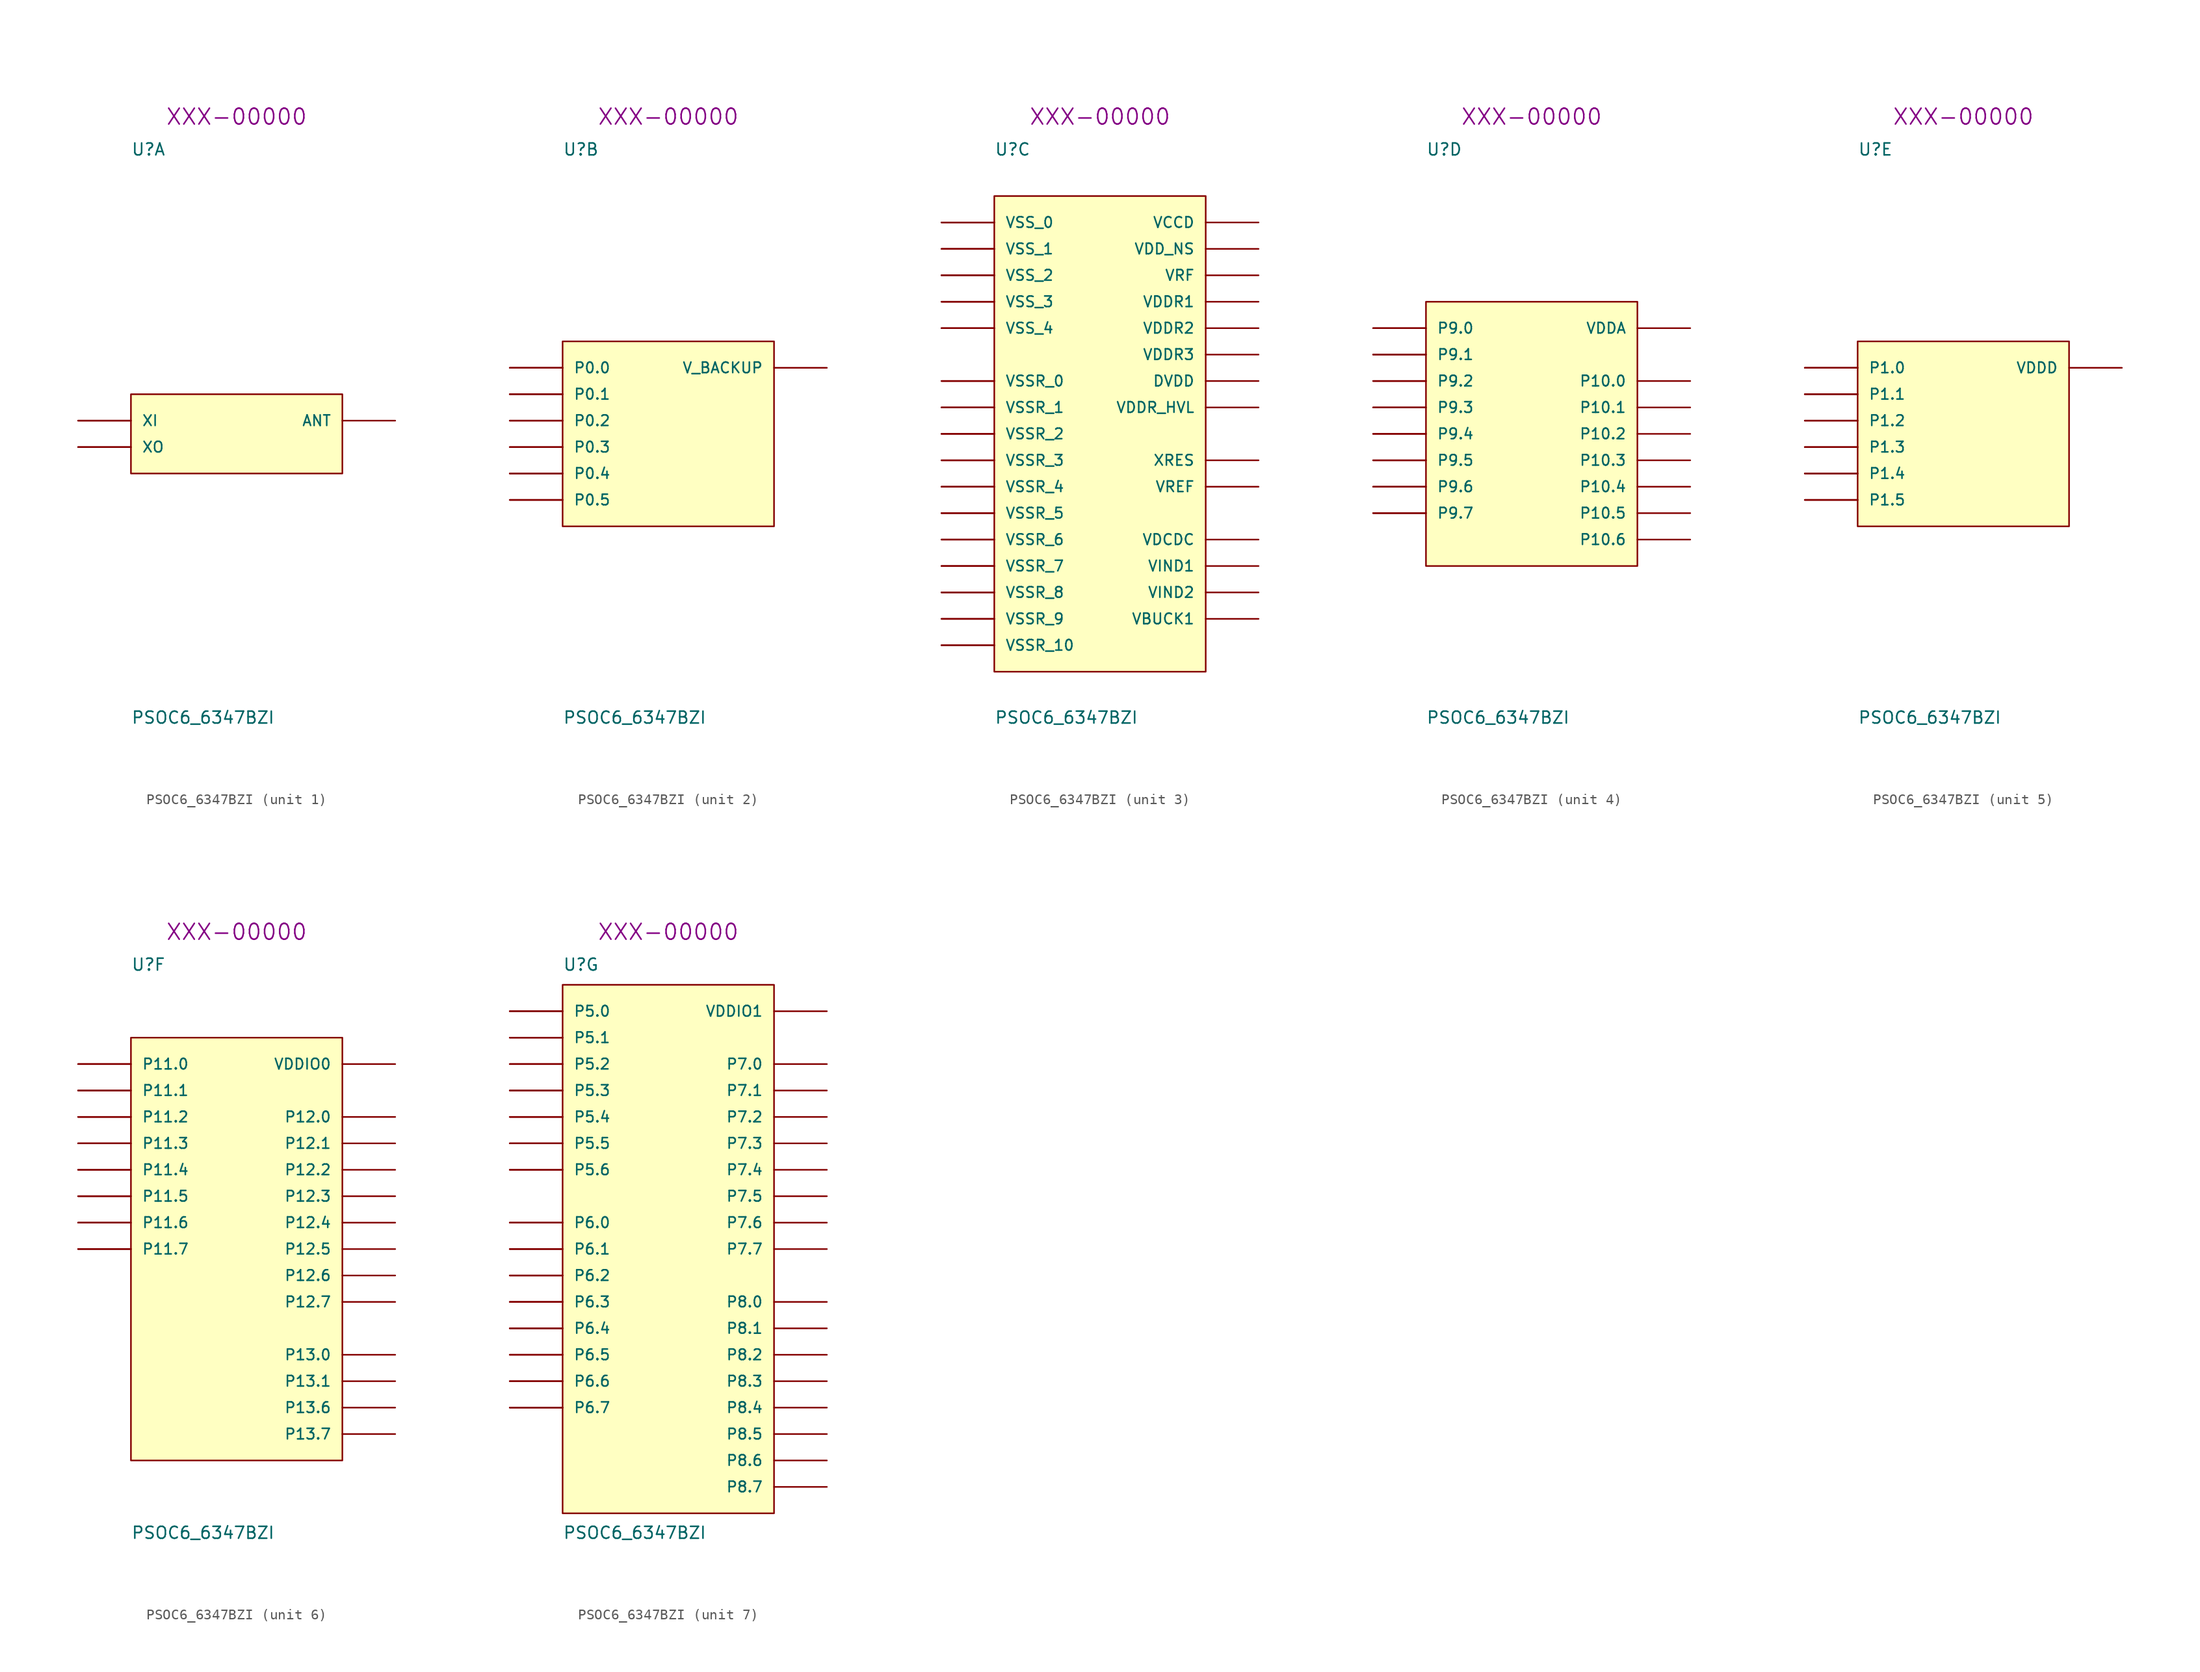
<source format=kicad_sym>
(kicad_symbol_lib
  (version 20201005)
  (generator kicad_symbol_editor)
  (symbol "PSOC6_6347BZI"
    (pin_names
      (offset 1.016))
    (property "Reference" "U"
      (at -10.16 26.67 0)
      (effects (font (size 1.143 1.143)) (justify left bottom)))
    (property "Value" "PSOC6_6347BZI"
      (at -10.16 -27.94 0)
      (effects (font (size 1.143 1.143)) (justify left bottom)))
    (property "Field4" "XXX-00000"
      (at 0 30.48 0)
      (effects (font (size 1.524 1.524))))
    (property "ki_locked" ""
      (at 0 0 0)
      (effects (font (size 1.27 1.27))))
    (symbol "PSOC6_6347BZI_1_0"
      (polyline (pts (xy -15.24 -1.27) (xy -10.16 -1.27)) (stroke (width 0)) (fill (type none)))
      (polyline (pts (xy -15.24 1.27) (xy -10.16 1.27)) (stroke (width 0)) (fill (type none))))
    (symbol "PSOC6_6347BZI_1_1"
      (polyline (pts (xy -10.16 3.81) (xy 10.16 3.81) (xy 10.16 -3.81) (xy -10.16 -3.81) (xy -10.16 3.81)) (stroke (width 0)) (fill (type background)))
      (pin bidirectional line (at 15.24 1.27 180) (length 5.08) (name "ANT" (effects (font (size 1.016 1.016)))) (number "~" (effects (font (size 1.016 1.016)))))
      (pin bidirectional line (at -15.24 1.27 0) (length 5.08) (name "XI" (effects (font (size 1.016 1.016)))) (number "~" (effects (font (size 1.016 1.016)))))
      (pin bidirectional line (at -15.24 -1.27 0) (length 5.08) (name "XO" (effects (font (size 1.016 1.016)))) (number "~" (effects (font (size 1.016 1.016))))))
    (symbol "PSOC6_6347BZI_2_0"
      (polyline (pts (xy -15.24 -6.35) (xy -10.16 -6.35)) (stroke (width 0)) (fill (type none)))
      (polyline (pts (xy -15.24 -3.81) (xy -10.16 -3.81)) (stroke (width 0)) (fill (type none)))
      (polyline (pts (xy -15.24 -1.27) (xy -10.16 -1.27)) (stroke (width 0)) (fill (type none)))
      (polyline (pts (xy -15.24 1.27) (xy -10.16 1.27)) (stroke (width 0)) (fill (type none)))
      (polyline (pts (xy -15.24 3.81) (xy -10.16 3.81)) (stroke (width 0)) (fill (type none)))
      (polyline (pts (xy -15.24 6.35) (xy -10.16 6.35)) (stroke (width 0)) (fill (type none))))
    (symbol "PSOC6_6347BZI_2_1"
      (polyline (pts (xy -10.16 8.89) (xy -10.16 -8.89) (xy 10.16 -8.89) (xy 10.16 8.89) (xy -10.16 8.89)) (stroke (width 0)) (fill (type background)))
      (pin bidirectional line (at -15.24 6.35 0) (length 5.08) (name "P0.0" (effects (font (size 1.016 1.016)))) (number "~" (effects (font (size 1.016 1.016)))))
      (pin bidirectional line (at -15.24 3.81 0) (length 5.08) (name "P0.1" (effects (font (size 1.016 1.016)))) (number "~" (effects (font (size 1.016 1.016)))))
      (pin bidirectional line (at -15.24 1.27 0) (length 5.08) (name "P0.2" (effects (font (size 1.016 1.016)))) (number "~" (effects (font (size 1.016 1.016)))))
      (pin bidirectional line (at -15.24 -1.27 0) (length 5.08) (name "P0.3" (effects (font (size 1.016 1.016)))) (number "~" (effects (font (size 1.016 1.016)))))
      (pin bidirectional line (at -15.24 -3.81 0) (length 5.08) (name "P0.4" (effects (font (size 1.016 1.016)))) (number "~" (effects (font (size 1.016 1.016)))))
      (pin bidirectional line (at -15.24 -6.35 0) (length 5.08) (name "P0.5" (effects (font (size 1.016 1.016)))) (number "~" (effects (font (size 1.016 1.016)))))
      (pin bidirectional line (at 15.24 6.35 180) (length 5.08) (name "V_BACKUP" (effects (font (size 1.016 1.016)))) (number "~" (effects (font (size 1.016 1.016))))))
    (symbol "PSOC6_6347BZI_3_0"
      (polyline (pts (xy -15.24 -20.32) (xy -10.16 -20.32)) (stroke (width 0)) (fill (type none)))
      (polyline (pts (xy -15.24 -17.78) (xy -10.16 -17.78)) (stroke (width 0)) (fill (type none)))
      (polyline (pts (xy -15.24 -15.24) (xy -10.16 -15.24)) (stroke (width 0)) (fill (type none)))
      (polyline (pts (xy -15.24 -12.7) (xy -10.16 -12.7)) (stroke (width 0)) (fill (type none)))
      (polyline (pts (xy -15.24 -10.16) (xy -10.16 -10.16)) (stroke (width 0)) (fill (type none)))
      (polyline (pts (xy -15.24 -7.62) (xy -10.16 -7.62)) (stroke (width 0)) (fill (type none)))
      (polyline (pts (xy -15.24 -5.08) (xy -10.16 -5.08)) (stroke (width 0)) (fill (type none)))
      (polyline (pts (xy -15.24 -2.54) (xy -10.16 -2.54)) (stroke (width 0)) (fill (type none)))
      (polyline (pts (xy -15.24 0) (xy -10.16 0)) (stroke (width 0)) (fill (type none)))
      (polyline (pts (xy -15.24 2.54) (xy -10.16 2.54)) (stroke (width 0)) (fill (type none)))
      (polyline (pts (xy -15.24 5.08) (xy -10.16 5.08)) (stroke (width 0)) (fill (type none)))
      (polyline (pts (xy -15.24 10.16) (xy -10.16 10.16)) (stroke (width 0)) (fill (type none)))
      (polyline (pts (xy -15.24 12.7) (xy -10.16 12.7)) (stroke (width 0)) (fill (type none)))
      (polyline (pts (xy -15.24 15.24) (xy -10.16 15.24)) (stroke (width 0)) (fill (type none)))
      (polyline (pts (xy -15.24 17.78) (xy -10.16 17.78)) (stroke (width 0)) (fill (type none)))
      (polyline (pts (xy -15.24 20.32) (xy -10.16 20.32)) (stroke (width 0)) (fill (type none))))
    (symbol "PSOC6_6347BZI_3_1"
      (polyline (pts (xy -10.16 22.86) (xy 10.16 22.86) (xy 10.16 -22.86) (xy -10.16 -22.86) (xy -10.16 22.86)) (stroke (width 0)) (fill (type background)))
      (pin bidirectional line (at 15.24 5.08 180) (length 5.08) (name "DVDD" (effects (font (size 1.016 1.016)))) (number "~" (effects (font (size 1.016 1.016)))))
      (pin bidirectional line (at 15.24 -17.78 180) (length 5.08) (name "VBUCK1" (effects (font (size 1.016 1.016)))) (number "~" (effects (font (size 1.016 1.016)))))
      (pin bidirectional line (at 15.24 20.32 180) (length 5.08) (name "VCCD" (effects (font (size 1.016 1.016)))) (number "~" (effects (font (size 1.016 1.016)))))
      (pin bidirectional line (at 15.24 -10.16 180) (length 5.08) (name "VDCDC" (effects (font (size 1.016 1.016)))) (number "~" (effects (font (size 1.016 1.016)))))
      (pin bidirectional line (at 15.24 17.78 180) (length 5.08) (name "VDD_NS" (effects (font (size 1.016 1.016)))) (number "~" (effects (font (size 1.016 1.016)))))
      (pin bidirectional line (at 15.24 12.7 180) (length 5.08) (name "VDDR1" (effects (font (size 1.016 1.016)))) (number "~" (effects (font (size 1.016 1.016)))))
      (pin bidirectional line (at 15.24 10.16 180) (length 5.08) (name "VDDR2" (effects (font (size 1.016 1.016)))) (number "~" (effects (font (size 1.016 1.016)))))
      (pin bidirectional line (at 15.24 7.62 180) (length 5.08) (name "VDDR3" (effects (font (size 1.016 1.016)))) (number "~" (effects (font (size 1.016 1.016)))))
      (pin bidirectional line (at 15.24 2.54 180) (length 5.08) (name "VDDR_HVL" (effects (font (size 1.016 1.016)))) (number "~" (effects (font (size 1.016 1.016)))))
      (pin bidirectional line (at 15.24 -12.7 180) (length 5.08) (name "VIND1" (effects (font (size 1.016 1.016)))) (number "~" (effects (font (size 1.016 1.016)))))
      (pin bidirectional line (at 15.24 -15.24 180) (length 5.08) (name "VIND2" (effects (font (size 1.016 1.016)))) (number "~" (effects (font (size 1.016 1.016)))))
      (pin bidirectional line (at 15.24 -5.08 180) (length 5.08) (name "VREF" (effects (font (size 1.016 1.016)))) (number "~" (effects (font (size 1.016 1.016)))))
      (pin bidirectional line (at 15.24 15.24 180) (length 5.08) (name "VRF" (effects (font (size 1.016 1.016)))) (number "~" (effects (font (size 1.016 1.016)))))
      (pin bidirectional line (at -15.24 20.32 0) (length 5.08) (name "VSS_0" (effects (font (size 1.016 1.016)))) (number "~" (effects (font (size 1.016 1.016)))))
      (pin bidirectional line (at -15.24 17.78 0) (length 5.08) (name "VSS_1" (effects (font (size 1.016 1.016)))) (number "~" (effects (font (size 1.016 1.016)))))
      (pin bidirectional line (at -15.24 15.24 0) (length 5.08) (name "VSS_2" (effects (font (size 1.016 1.016)))) (number "~" (effects (font (size 1.016 1.016)))))
      (pin bidirectional line (at -15.24 12.7 0) (length 5.08) (name "VSS_3" (effects (font (size 1.016 1.016)))) (number "~" (effects (font (size 1.016 1.016)))))
      (pin bidirectional line (at -15.24 10.16 0) (length 5.08) (name "VSS_4" (effects (font (size 1.016 1.016)))) (number "~" (effects (font (size 1.016 1.016)))))
      (pin bidirectional line (at -15.24 5.08 0) (length 5.08) (name "VSSR_0" (effects (font (size 1.016 1.016)))) (number "~" (effects (font (size 1.016 1.016)))))
      (pin bidirectional line (at -15.24 2.54 0) (length 5.08) (name "VSSR_1" (effects (font (size 1.016 1.016)))) (number "~" (effects (font (size 1.016 1.016)))))
      (pin bidirectional line (at -15.24 -20.32 0) (length 5.08) (name "VSSR_10" (effects (font (size 1.016 1.016)))) (number "~" (effects (font (size 1.016 1.016)))))
      (pin bidirectional line (at -15.24 0 0) (length 5.08) (name "VSSR_2" (effects (font (size 1.016 1.016)))) (number "~" (effects (font (size 1.016 1.016)))))
      (pin bidirectional line (at -15.24 -2.54 0) (length 5.08) (name "VSSR_3" (effects (font (size 1.016 1.016)))) (number "~" (effects (font (size 1.016 1.016)))))
      (pin bidirectional line (at -15.24 -5.08 0) (length 5.08) (name "VSSR_4" (effects (font (size 1.016 1.016)))) (number "~" (effects (font (size 1.016 1.016)))))
      (pin bidirectional line (at -15.24 -7.62 0) (length 5.08) (name "VSSR_5" (effects (font (size 1.016 1.016)))) (number "~" (effects (font (size 1.016 1.016)))))
      (pin bidirectional line (at -15.24 -10.16 0) (length 5.08) (name "VSSR_6" (effects (font (size 1.016 1.016)))) (number "~" (effects (font (size 1.016 1.016)))))
      (pin bidirectional line (at -15.24 -12.7 0) (length 5.08) (name "VSSR_7" (effects (font (size 1.016 1.016)))) (number "~" (effects (font (size 1.016 1.016)))))
      (pin bidirectional line (at -15.24 -15.24 0) (length 5.08) (name "VSSR_8" (effects (font (size 1.016 1.016)))) (number "~" (effects (font (size 1.016 1.016)))))
      (pin bidirectional line (at -15.24 -17.78 0) (length 5.08) (name "VSSR_9" (effects (font (size 1.016 1.016)))) (number "~" (effects (font (size 1.016 1.016)))))
      (pin bidirectional line (at 15.24 -2.54 180) (length 5.08) (name "XRES" (effects (font (size 1.016 1.016)))) (number "~" (effects (font (size 1.016 1.016))))))
    (symbol "PSOC6_6347BZI_4_0"
      (polyline (pts (xy -15.24 -7.62) (xy -10.16 -7.62)) (stroke (width 0)) (fill (type none)))
      (polyline (pts (xy -15.24 -5.08) (xy -10.16 -5.08)) (stroke (width 0)) (fill (type none)))
      (polyline (pts (xy -15.24 -2.54) (xy -10.16 -2.54)) (stroke (width 0)) (fill (type none)))
      (polyline (pts (xy -15.24 0) (xy -10.16 0)) (stroke (width 0)) (fill (type none)))
      (polyline (pts (xy -15.24 2.54) (xy -10.16 2.54)) (stroke (width 0)) (fill (type none)))
      (polyline (pts (xy -15.24 5.08) (xy -10.16 5.08)) (stroke (width 0)) (fill (type none)))
      (polyline (pts (xy -15.24 7.62) (xy -10.16 7.62)) (stroke (width 0)) (fill (type none)))
      (polyline (pts (xy -15.24 10.16) (xy -10.16 10.16)) (stroke (width 0)) (fill (type none))))
    (symbol "PSOC6_6347BZI_4_1"
      (polyline (pts (xy 10.16 -12.7) (xy -10.16 -12.7) (xy -10.16 12.7) (xy 10.16 12.7) (xy 10.16 -12.7)) (stroke (width 0)) (fill (type background)))
      (pin bidirectional line (at 15.24 5.08 180) (length 5.08) (name "P10.0" (effects (font (size 1.016 1.016)))) (number "~" (effects (font (size 1.016 1.016)))))
      (pin bidirectional line (at 15.24 2.54 180) (length 5.08) (name "P10.1" (effects (font (size 1.016 1.016)))) (number "~" (effects (font (size 1.016 1.016)))))
      (pin bidirectional line (at 15.24 0 180) (length 5.08) (name "P10.2" (effects (font (size 1.016 1.016)))) (number "~" (effects (font (size 1.016 1.016)))))
      (pin bidirectional line (at 15.24 -2.54 180) (length 5.08) (name "P10.3" (effects (font (size 1.016 1.016)))) (number "~" (effects (font (size 1.016 1.016)))))
      (pin bidirectional line (at 15.24 -5.08 180) (length 5.08) (name "P10.4" (effects (font (size 1.016 1.016)))) (number "~" (effects (font (size 1.016 1.016)))))
      (pin bidirectional line (at 15.24 -7.62 180) (length 5.08) (name "P10.5" (effects (font (size 1.016 1.016)))) (number "~" (effects (font (size 1.016 1.016)))))
      (pin bidirectional line (at 15.24 -10.16 180) (length 5.08) (name "P10.6" (effects (font (size 1.016 1.016)))) (number "~" (effects (font (size 1.016 1.016)))))
      (pin bidirectional line (at -15.24 10.16 0) (length 5.08) (name "P9.0" (effects (font (size 1.016 1.016)))) (number "~" (effects (font (size 1.016 1.016)))))
      (pin bidirectional line (at -15.24 7.62 0) (length 5.08) (name "P9.1" (effects (font (size 1.016 1.016)))) (number "~" (effects (font (size 1.016 1.016)))))
      (pin bidirectional line (at -15.24 5.08 0) (length 5.08) (name "P9.2" (effects (font (size 1.016 1.016)))) (number "~" (effects (font (size 1.016 1.016)))))
      (pin bidirectional line (at -15.24 2.54 0) (length 5.08) (name "P9.3" (effects (font (size 1.016 1.016)))) (number "~" (effects (font (size 1.016 1.016)))))
      (pin bidirectional line (at -15.24 0 0) (length 5.08) (name "P9.4" (effects (font (size 1.016 1.016)))) (number "~" (effects (font (size 1.016 1.016)))))
      (pin bidirectional line (at -15.24 -2.54 0) (length 5.08) (name "P9.5" (effects (font (size 1.016 1.016)))) (number "~" (effects (font (size 1.016 1.016)))))
      (pin bidirectional line (at -15.24 -5.08 0) (length 5.08) (name "P9.6" (effects (font (size 1.016 1.016)))) (number "~" (effects (font (size 1.016 1.016)))))
      (pin bidirectional line (at -15.24 -7.62 0) (length 5.08) (name "P9.7" (effects (font (size 1.016 1.016)))) (number "~" (effects (font (size 1.016 1.016)))))
      (pin bidirectional line (at 15.24 10.16 180) (length 5.08) (name "VDDA" (effects (font (size 1.016 1.016)))) (number "~" (effects (font (size 1.016 1.016))))))
    (symbol "PSOC6_6347BZI_5_0"
      (polyline (pts (xy -15.24 -6.35) (xy -10.16 -6.35)) (stroke (width 0)) (fill (type none)))
      (polyline (pts (xy -15.24 -3.81) (xy -10.16 -3.81)) (stroke (width 0)) (fill (type none)))
      (polyline (pts (xy -15.24 -1.27) (xy -10.16 -1.27)) (stroke (width 0)) (fill (type none)))
      (polyline (pts (xy -15.24 1.27) (xy -10.16 1.27)) (stroke (width 0)) (fill (type none)))
      (polyline (pts (xy -15.24 3.81) (xy -10.16 3.81)) (stroke (width 0)) (fill (type none)))
      (polyline (pts (xy -15.24 6.35) (xy -10.16 6.35)) (stroke (width 0)) (fill (type none))))
    (symbol "PSOC6_6347BZI_5_1"
      (polyline (pts (xy -10.16 8.89) (xy -10.16 -8.89) (xy 10.16 -8.89) (xy 10.16 8.89) (xy -10.16 8.89)) (stroke (width 0)) (fill (type background)))
      (pin bidirectional line (at -15.24 6.35 0) (length 5.08) (name "P1.0" (effects (font (size 1.016 1.016)))) (number "~" (effects (font (size 1.016 1.016)))))
      (pin bidirectional line (at -15.24 3.81 0) (length 5.08) (name "P1.1" (effects (font (size 1.016 1.016)))) (number "~" (effects (font (size 1.016 1.016)))))
      (pin bidirectional line (at -15.24 1.27 0) (length 5.08) (name "P1.2" (effects (font (size 1.016 1.016)))) (number "~" (effects (font (size 1.016 1.016)))))
      (pin bidirectional line (at -15.24 -1.27 0) (length 5.08) (name "P1.3" (effects (font (size 1.016 1.016)))) (number "~" (effects (font (size 1.016 1.016)))))
      (pin bidirectional line (at -15.24 -3.81 0) (length 5.08) (name "P1.4" (effects (font (size 1.016 1.016)))) (number "~" (effects (font (size 1.016 1.016)))))
      (pin bidirectional line (at -15.24 -6.35 0) (length 5.08) (name "P1.5" (effects (font (size 1.016 1.016)))) (number "~" (effects (font (size 1.016 1.016)))))
      (pin bidirectional line (at 15.24 6.35 180) (length 5.08) (name "VDDD" (effects (font (size 1.016 1.016)))) (number "~" (effects (font (size 1.016 1.016))))))
    (symbol "PSOC6_6347BZI_6_0"
      (polyline (pts (xy -15.24 0) (xy -10.16 0)) (stroke (width 0)) (fill (type none)))
      (polyline (pts (xy -15.24 2.54) (xy -10.16 2.54)) (stroke (width 0)) (fill (type none)))
      (polyline (pts (xy -15.24 5.08) (xy -10.16 5.08)) (stroke (width 0)) (fill (type none)))
      (polyline (pts (xy -15.24 7.62) (xy -10.16 7.62)) (stroke (width 0)) (fill (type none)))
      (polyline (pts (xy -15.24 10.16) (xy -10.16 10.16)) (stroke (width 0)) (fill (type none)))
      (polyline (pts (xy -15.24 12.7) (xy -10.16 12.7)) (stroke (width 0)) (fill (type none)))
      (polyline (pts (xy -15.24 15.24) (xy -10.16 15.24)) (stroke (width 0)) (fill (type none)))
      (polyline (pts (xy -15.24 17.78) (xy -10.16 17.78)) (stroke (width 0)) (fill (type none))))
    (symbol "PSOC6_6347BZI_6_1"
      (polyline (pts (xy -10.16 20.32) (xy 10.16 20.32) (xy 10.16 -20.32) (xy -10.16 -20.32) (xy -10.16 20.32)) (stroke (width 0)) (fill (type background)))
      (pin bidirectional line (at -15.24 17.78 0) (length 5.08) (name "P11.0" (effects (font (size 1.016 1.016)))) (number "~" (effects (font (size 1.016 1.016)))))
      (pin bidirectional line (at -15.24 15.24 0) (length 5.08) (name "P11.1" (effects (font (size 1.016 1.016)))) (number "~" (effects (font (size 1.016 1.016)))))
      (pin bidirectional line (at -15.24 12.7 0) (length 5.08) (name "P11.2" (effects (font (size 1.016 1.016)))) (number "~" (effects (font (size 1.016 1.016)))))
      (pin bidirectional line (at -15.24 10.16 0) (length 5.08) (name "P11.3" (effects (font (size 1.016 1.016)))) (number "~" (effects (font (size 1.016 1.016)))))
      (pin bidirectional line (at -15.24 7.62 0) (length 5.08) (name "P11.4" (effects (font (size 1.016 1.016)))) (number "~" (effects (font (size 1.016 1.016)))))
      (pin bidirectional line (at -15.24 5.08 0) (length 5.08) (name "P11.5" (effects (font (size 1.016 1.016)))) (number "~" (effects (font (size 1.016 1.016)))))
      (pin bidirectional line (at -15.24 2.54 0) (length 5.08) (name "P11.6" (effects (font (size 1.016 1.016)))) (number "~" (effects (font (size 1.016 1.016)))))
      (pin bidirectional line (at -15.24 0 0) (length 5.08) (name "P11.7" (effects (font (size 1.016 1.016)))) (number "~" (effects (font (size 1.016 1.016)))))
      (pin bidirectional line (at 15.24 12.7 180) (length 5.08) (name "P12.0" (effects (font (size 1.016 1.016)))) (number "~" (effects (font (size 1.016 1.016)))))
      (pin bidirectional line (at 15.24 10.16 180) (length 5.08) (name "P12.1" (effects (font (size 1.016 1.016)))) (number "~" (effects (font (size 1.016 1.016)))))
      (pin bidirectional line (at 15.24 7.62 180) (length 5.08) (name "P12.2" (effects (font (size 1.016 1.016)))) (number "~" (effects (font (size 1.016 1.016)))))
      (pin bidirectional line (at 15.24 5.08 180) (length 5.08) (name "P12.3" (effects (font (size 1.016 1.016)))) (number "~" (effects (font (size 1.016 1.016)))))
      (pin bidirectional line (at 15.24 2.54 180) (length 5.08) (name "P12.4" (effects (font (size 1.016 1.016)))) (number "~" (effects (font (size 1.016 1.016)))))
      (pin bidirectional line (at 15.24 0 180) (length 5.08) (name "P12.5" (effects (font (size 1.016 1.016)))) (number "~" (effects (font (size 1.016 1.016)))))
      (pin bidirectional line (at 15.24 -2.54 180) (length 5.08) (name "P12.6" (effects (font (size 1.016 1.016)))) (number "~" (effects (font (size 1.016 1.016)))))
      (pin bidirectional line (at 15.24 -5.08 180) (length 5.08) (name "P12.7" (effects (font (size 1.016 1.016)))) (number "~" (effects (font (size 1.016 1.016)))))
      (pin bidirectional line (at 15.24 -10.16 180) (length 5.08) (name "P13.0" (effects (font (size 1.016 1.016)))) (number "~" (effects (font (size 1.016 1.016)))))
      (pin bidirectional line (at 15.24 -12.7 180) (length 5.08) (name "P13.1" (effects (font (size 1.016 1.016)))) (number "~" (effects (font (size 1.016 1.016)))))
      (pin bidirectional line (at 15.24 -15.24 180) (length 5.08) (name "P13.6" (effects (font (size 1.016 1.016)))) (number "~" (effects (font (size 1.016 1.016)))))
      (pin bidirectional line (at 15.24 -17.78 180) (length 5.08) (name "P13.7" (effects (font (size 1.016 1.016)))) (number "~" (effects (font (size 1.016 1.016)))))
      (pin bidirectional line (at 15.24 17.78 180) (length 5.08) (name "VDDIO0" (effects (font (size 1.016 1.016)))) (number "~" (effects (font (size 1.016 1.016))))))
    (symbol "PSOC6_6347BZI_7_0"
      (polyline (pts (xy -15.24 -15.24) (xy -10.16 -15.24)) (stroke (width 0)) (fill (type none)))
      (polyline (pts (xy -15.24 -12.7) (xy -10.16 -12.7)) (stroke (width 0)) (fill (type none)))
      (polyline (pts (xy -15.24 -10.16) (xy -10.16 -10.16)) (stroke (width 0)) (fill (type none)))
      (polyline (pts (xy -15.24 -7.62) (xy -10.16 -7.62)) (stroke (width 0)) (fill (type none)))
      (polyline (pts (xy -15.24 -5.08) (xy -10.16 -5.08)) (stroke (width 0)) (fill (type none)))
      (polyline (pts (xy -15.24 -2.54) (xy -10.16 -2.54)) (stroke (width 0)) (fill (type none)))
      (polyline (pts (xy -15.24 0) (xy -10.16 0)) (stroke (width 0)) (fill (type none)))
      (polyline (pts (xy -15.24 2.54) (xy -10.16 2.54)) (stroke (width 0)) (fill (type none)))
      (polyline (pts (xy -15.24 7.62) (xy -10.16 7.62)) (stroke (width 0)) (fill (type none)))
      (polyline (pts (xy -15.24 10.16) (xy -10.16 10.16)) (stroke (width 0)) (fill (type none)))
      (polyline (pts (xy -15.24 12.7) (xy -10.16 12.7)) (stroke (width 0)) (fill (type none)))
      (polyline (pts (xy -15.24 15.24) (xy -10.16 15.24)) (stroke (width 0)) (fill (type none)))
      (polyline (pts (xy -15.24 17.78) (xy -10.16 17.78)) (stroke (width 0)) (fill (type none)))
      (polyline (pts (xy -15.24 20.32) (xy -10.16 20.32)) (stroke (width 0)) (fill (type none)))
      (polyline (pts (xy -15.24 22.86) (xy -10.16 22.86)) (stroke (width 0)) (fill (type none))))
    (symbol "PSOC6_6347BZI_7_1"
      (polyline (pts (xy -10.16 25.4) (xy -10.16 -25.4) (xy 10.16 -25.4) (xy 10.16 25.4) (xy -10.16 25.4)) (stroke (width 0)) (fill (type background)))
      (pin bidirectional line (at -15.24 22.86 0) (length 5.08) (name "P5.0" (effects (font (size 1.016 1.016)))) (number "~" (effects (font (size 1.016 1.016)))))
      (pin bidirectional line (at -15.24 20.32 0) (length 5.08) (name "P5.1" (effects (font (size 1.016 1.016)))) (number "~" (effects (font (size 1.016 1.016)))))
      (pin bidirectional line (at -15.24 17.78 0) (length 5.08) (name "P5.2" (effects (font (size 1.016 1.016)))) (number "~" (effects (font (size 1.016 1.016)))))
      (pin bidirectional line (at -15.24 15.24 0) (length 5.08) (name "P5.3" (effects (font (size 1.016 1.016)))) (number "~" (effects (font (size 1.016 1.016)))))
      (pin bidirectional line (at -15.24 12.7 0) (length 5.08) (name "P5.4" (effects (font (size 1.016 1.016)))) (number "~" (effects (font (size 1.016 1.016)))))
      (pin bidirectional line (at -15.24 10.16 0) (length 5.08) (name "P5.5" (effects (font (size 1.016 1.016)))) (number "~" (effects (font (size 1.016 1.016)))))
      (pin bidirectional line (at -15.24 7.62 0) (length 5.08) (name "P5.6" (effects (font (size 1.016 1.016)))) (number "~" (effects (font (size 1.016 1.016)))))
      (pin bidirectional line (at -15.24 2.54 0) (length 5.08) (name "P6.0" (effects (font (size 1.016 1.016)))) (number "~" (effects (font (size 1.016 1.016)))))
      (pin bidirectional line (at -15.24 0 0) (length 5.08) (name "P6.1" (effects (font (size 1.016 1.016)))) (number "~" (effects (font (size 1.016 1.016)))))
      (pin bidirectional line (at -15.24 -2.54 0) (length 5.08) (name "P6.2" (effects (font (size 1.016 1.016)))) (number "~" (effects (font (size 1.016 1.016)))))
      (pin bidirectional line (at -15.24 -5.08 0) (length 5.08) (name "P6.3" (effects (font (size 1.016 1.016)))) (number "~" (effects (font (size 1.016 1.016)))))
      (pin bidirectional line (at -15.24 -7.62 0) (length 5.08) (name "P6.4" (effects (font (size 1.016 1.016)))) (number "~" (effects (font (size 1.016 1.016)))))
      (pin bidirectional line (at -15.24 -10.16 0) (length 5.08) (name "P6.5" (effects (font (size 1.016 1.016)))) (number "~" (effects (font (size 1.016 1.016)))))
      (pin bidirectional line (at -15.24 -12.7 0) (length 5.08) (name "P6.6" (effects (font (size 1.016 1.016)))) (number "~" (effects (font (size 1.016 1.016)))))
      (pin bidirectional line (at -15.24 -15.24 0) (length 5.08) (name "P6.7" (effects (font (size 1.016 1.016)))) (number "~" (effects (font (size 1.016 1.016)))))
      (pin bidirectional line (at 15.24 17.78 180) (length 5.08) (name "P7.0" (effects (font (size 1.016 1.016)))) (number "~" (effects (font (size 1.016 1.016)))))
      (pin bidirectional line (at 15.24 15.24 180) (length 5.08) (name "P7.1" (effects (font (size 1.016 1.016)))) (number "~" (effects (font (size 1.016 1.016)))))
      (pin bidirectional line (at 15.24 12.7 180) (length 5.08) (name "P7.2" (effects (font (size 1.016 1.016)))) (number "~" (effects (font (size 1.016 1.016)))))
      (pin bidirectional line (at 15.24 10.16 180) (length 5.08) (name "P7.3" (effects (font (size 1.016 1.016)))) (number "~" (effects (font (size 1.016 1.016)))))
      (pin bidirectional line (at 15.24 7.62 180) (length 5.08) (name "P7.4" (effects (font (size 1.016 1.016)))) (number "~" (effects (font (size 1.016 1.016)))))
      (pin bidirectional line (at 15.24 5.08 180) (length 5.08) (name "P7.5" (effects (font (size 1.016 1.016)))) (number "~" (effects (font (size 1.016 1.016)))))
      (pin bidirectional line (at 15.24 2.54 180) (length 5.08) (name "P7.6" (effects (font (size 1.016 1.016)))) (number "~" (effects (font (size 1.016 1.016)))))
      (pin bidirectional line (at 15.24 0 180) (length 5.08) (name "P7.7" (effects (font (size 1.016 1.016)))) (number "~" (effects (font (size 1.016 1.016)))))
      (pin bidirectional line (at 15.24 -5.08 180) (length 5.08) (name "P8.0" (effects (font (size 1.016 1.016)))) (number "~" (effects (font (size 1.016 1.016)))))
      (pin bidirectional line (at 15.24 -7.62 180) (length 5.08) (name "P8.1" (effects (font (size 1.016 1.016)))) (number "~" (effects (font (size 1.016 1.016)))))
      (pin bidirectional line (at 15.24 -10.16 180) (length 5.08) (name "P8.2" (effects (font (size 1.016 1.016)))) (number "~" (effects (font (size 1.016 1.016)))))
      (pin bidirectional line (at 15.24 -12.7 180) (length 5.08) (name "P8.3" (effects (font (size 1.016 1.016)))) (number "~" (effects (font (size 1.016 1.016)))))
      (pin bidirectional line (at 15.24 -15.24 180) (length 5.08) (name "P8.4" (effects (font (size 1.016 1.016)))) (number "~" (effects (font (size 1.016 1.016)))))
      (pin bidirectional line (at 15.24 -17.78 180) (length 5.08) (name "P8.5" (effects (font (size 1.016 1.016)))) (number "~" (effects (font (size 1.016 1.016)))))
      (pin bidirectional line (at 15.24 -20.32 180) (length 5.08) (name "P8.6" (effects (font (size 1.016 1.016)))) (number "~" (effects (font (size 1.016 1.016)))))
      (pin bidirectional line (at 15.24 -22.86 180) (length 5.08) (name "P8.7" (effects (font (size 1.016 1.016)))) (number "~" (effects (font (size 1.016 1.016)))))
      (pin bidirectional line (at 15.24 22.86 180) (length 5.08) (name "VDDIO1" (effects (font (size 1.016 1.016)))) (number "~" (effects (font (size 1.016 1.016))))))))
</source>
